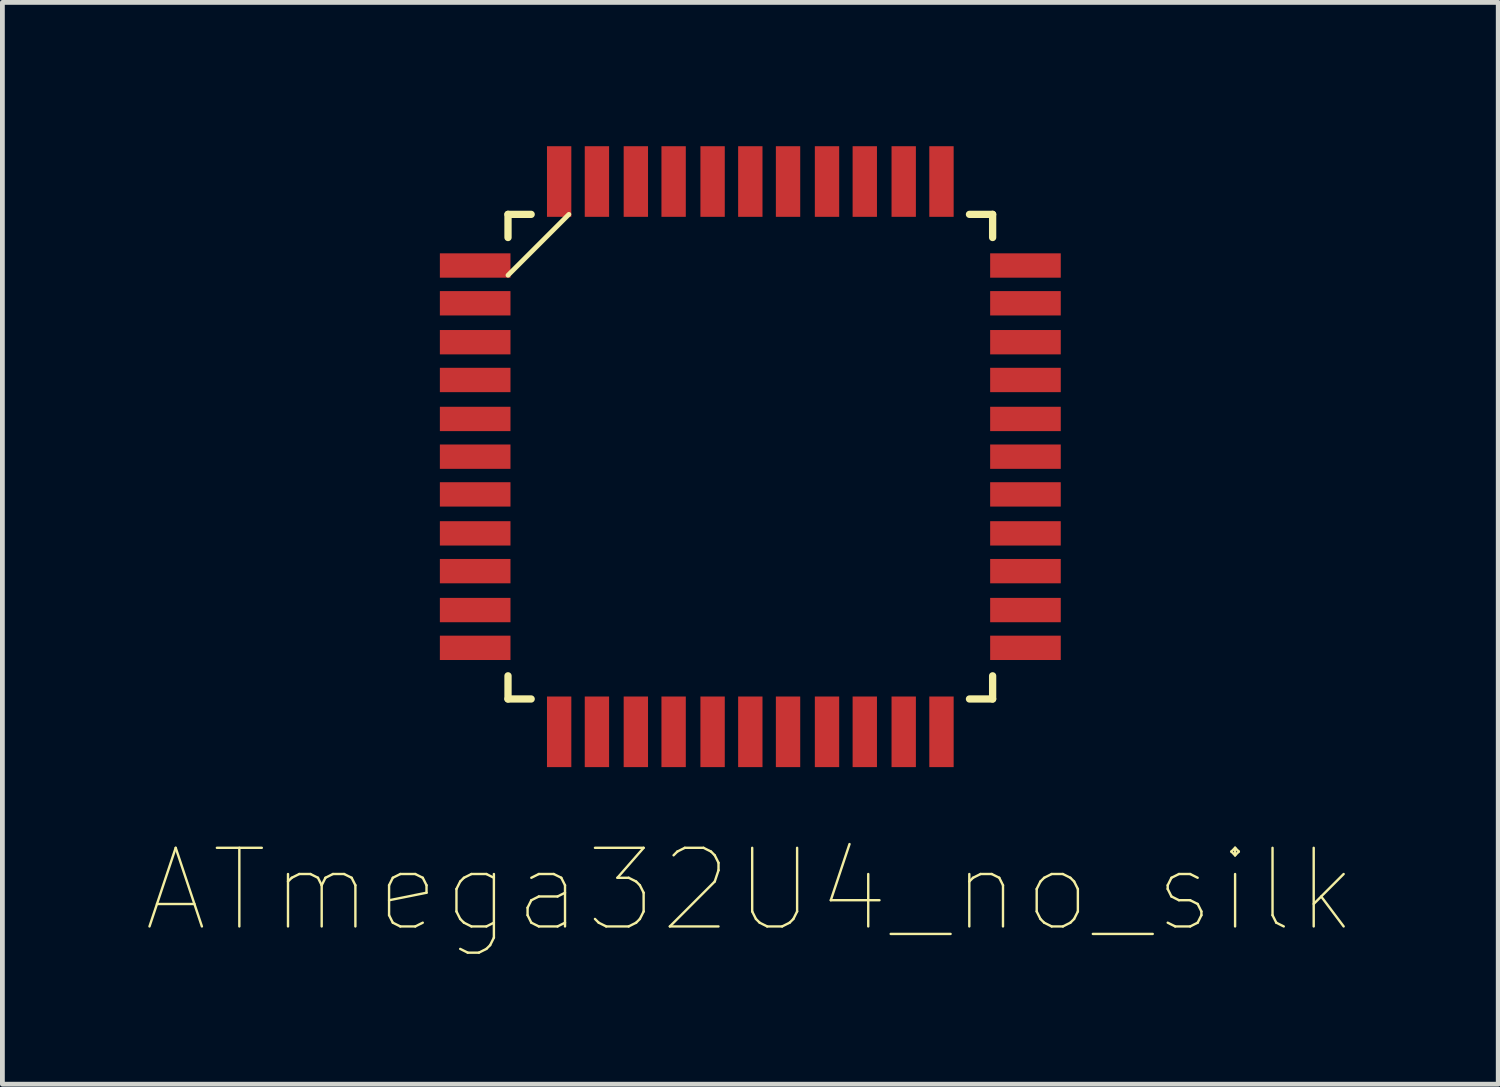
<source format=kicad_pcb>
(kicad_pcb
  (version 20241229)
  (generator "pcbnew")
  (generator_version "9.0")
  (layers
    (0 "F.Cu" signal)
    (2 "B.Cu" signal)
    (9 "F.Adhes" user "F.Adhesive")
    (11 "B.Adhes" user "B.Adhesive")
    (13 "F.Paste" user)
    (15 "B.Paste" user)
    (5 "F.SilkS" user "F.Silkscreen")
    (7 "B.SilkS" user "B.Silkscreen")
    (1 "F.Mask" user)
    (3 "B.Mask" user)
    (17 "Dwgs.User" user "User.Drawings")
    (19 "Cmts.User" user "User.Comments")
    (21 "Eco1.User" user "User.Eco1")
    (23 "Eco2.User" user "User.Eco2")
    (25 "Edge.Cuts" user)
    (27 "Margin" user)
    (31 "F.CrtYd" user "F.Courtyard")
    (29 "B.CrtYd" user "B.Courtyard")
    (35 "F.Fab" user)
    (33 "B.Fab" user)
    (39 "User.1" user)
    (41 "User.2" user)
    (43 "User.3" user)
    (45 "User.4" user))
  (footprint "ATmega32U4_no_silk"
    (layer "F.Cu")
    (at 12.603 6.477)
    (property "Reference" "ATmega32U4_no_silk" (at 0 9.044 0) (layer "F.SilkS") (effects (font (size 1.64 1.64) (thickness 0.05))))
    (attr smd)
    (fp_line (start -5.055 -5.055) (end -5.055 -4.572) (stroke (width 0.152) (type solid)) (layer "F.SilkS"))
    (fp_line (start -5.055 -3.785) (end -3.785 -5.055) (stroke (width 0.1) (type solid)) (layer "F.SilkS"))
    (fp_line (start -5.055 4.572) (end -5.055 5.055) (stroke (width 0.152) (type solid)) (layer "F.SilkS"))
    (fp_line (start -5.055 5.055) (end -4.572 5.055) (stroke (width 0.152) (type solid)) (layer "F.SilkS"))
    (fp_line (start -4.572 -5.055) (end -5.055 -5.055) (stroke (width 0.152) (type solid)) (layer "F.SilkS"))
    (fp_line (start 4.572 5.055) (end 5.055 5.055) (stroke (width 0.152) (type solid)) (layer "F.SilkS"))
    (fp_line (start 5.055 -5.055) (end 4.572 -5.055) (stroke (width 0.152) (type solid)) (layer "F.SilkS"))
    (fp_line (start 5.055 -4.572) (end 5.055 -5.055) (stroke (width 0.152) (type solid)) (layer "F.SilkS"))
    (fp_line (start 5.055 5.055) (end 5.055 4.572) (stroke (width 0.152) (type solid)) (layer "F.SilkS"))
    (pad "1" smd rect (at -5.74 -3.988 270) (size 0.508 1.473) (layers "F.Cu" "F.Mask" "F.Paste"))
    (pad "2" smd rect (at -5.74 -3.2 270) (size 0.508 1.473) (layers "F.Cu" "F.Mask" "F.Paste"))
    (pad "3" smd rect (at -5.74 -2.388 270) (size 0.508 1.473) (layers "F.Cu" "F.Mask" "F.Paste"))
    (pad "4" smd rect (at -5.74 -1.6 270) (size 0.508 1.473) (layers "F.Cu" "F.Mask" "F.Paste"))
    (pad "5" smd rect (at -5.74 -0.787 270) (size 0.508 1.473) (layers "F.Cu" "F.Mask" "F.Paste"))
    (pad "6" smd rect (at -5.74 0 270) (size 0.508 1.473) (layers "F.Cu" "F.Mask" "F.Paste"))
    (pad "7" smd rect (at -5.74 0.787 270) (size 0.508 1.473) (layers "F.Cu" "F.Mask" "F.Paste"))
    (pad "8" smd rect (at -5.74 1.6 270) (size 0.508 1.473) (layers "F.Cu" "F.Mask" "F.Paste"))
    (pad "9" smd rect (at -5.74 2.388 270) (size 0.508 1.473) (layers "F.Cu" "F.Mask" "F.Paste"))
    (pad "10" smd rect (at -5.74 3.2 270) (size 0.508 1.473) (layers "F.Cu" "F.Mask" "F.Paste"))
    (pad "11" smd rect (at -5.74 3.988 270) (size 0.508 1.473) (layers "F.Cu" "F.Mask" "F.Paste"))
    (pad "12" smd rect (at -3.988 5.74 180) (size 0.508 1.473) (layers "F.Cu" "F.Mask" "F.Paste"))
    (pad "13" smd rect (at -3.2 5.74 180) (size 0.508 1.473) (layers "F.Cu" "F.Mask" "F.Paste"))
    (pad "14" smd rect (at -2.388 5.74 180) (size 0.508 1.473) (layers "F.Cu" "F.Mask" "F.Paste"))
    (pad "15" smd rect (at -1.6 5.74 180) (size 0.508 1.473) (layers "F.Cu" "F.Mask" "F.Paste"))
    (pad "16" smd rect (at -0.787 5.74 180) (size 0.508 1.473) (layers "F.Cu" "F.Mask" "F.Paste"))
    (pad "17" smd rect (at 0 5.74 180) (size 0.508 1.473) (layers "F.Cu" "F.Mask" "F.Paste"))
    (pad "18" smd rect (at 0.787 5.74 180) (size 0.508 1.473) (layers "F.Cu" "F.Mask" "F.Paste"))
    (pad "19" smd rect (at 1.6 5.74 180) (size 0.508 1.473) (layers "F.Cu" "F.Mask" "F.Paste"))
    (pad "20" smd rect (at 2.388 5.74 180) (size 0.508 1.473) (layers "F.Cu" "F.Mask" "F.Paste"))
    (pad "21" smd rect (at 3.2 5.74 180) (size 0.508 1.473) (layers "F.Cu" "F.Mask" "F.Paste"))
    (pad "22" smd rect (at 3.988 5.74 180) (size 0.508 1.473) (layers "F.Cu" "F.Mask" "F.Paste"))
    (pad "23" smd rect (at 5.74 3.988 270) (size 0.508 1.473) (layers "F.Cu" "F.Mask" "F.Paste"))
    (pad "24" smd rect (at 5.74 3.2 270) (size 0.508 1.473) (layers "F.Cu" "F.Mask" "F.Paste"))
    (pad "25" smd rect (at 5.74 2.388 270) (size 0.508 1.473) (layers "F.Cu" "F.Mask" "F.Paste"))
    (pad "26" smd rect (at 5.74 1.6 270) (size 0.508 1.473) (layers "F.Cu" "F.Mask" "F.Paste"))
    (pad "27" smd rect (at 5.74 0.787 270) (size 0.508 1.473) (layers "F.Cu" "F.Mask" "F.Paste"))
    (pad "28" smd rect (at 5.74 0 270) (size 0.508 1.473) (layers "F.Cu" "F.Mask" "F.Paste"))
    (pad "29" smd rect (at 5.74 -0.787 270) (size 0.508 1.473) (layers "F.Cu" "F.Mask" "F.Paste"))
    (pad "30" smd rect (at 5.74 -1.6 270) (size 0.508 1.473) (layers "F.Cu" "F.Mask" "F.Paste"))
    (pad "31" smd rect (at 5.74 -2.388 270) (size 0.508 1.473) (layers "F.Cu" "F.Mask" "F.Paste"))
    (pad "32" smd rect (at 5.74 -3.2 270) (size 0.508 1.473) (layers "F.Cu" "F.Mask" "F.Paste"))
    (pad "33" smd rect (at 5.74 -3.988 270) (size 0.508 1.473) (layers "F.Cu" "F.Mask" "F.Paste"))
    (pad "34" smd rect (at 3.988 -5.74 180) (size 0.508 1.473) (layers "F.Cu" "F.Mask" "F.Paste"))
    (pad "35" smd rect (at 3.2 -5.74 180) (size 0.508 1.473) (layers "F.Cu" "F.Mask" "F.Paste"))
    (pad "36" smd rect (at 2.388 -5.74 180) (size 0.508 1.473) (layers "F.Cu" "F.Mask" "F.Paste"))
    (pad "37" smd rect (at 1.6 -5.74 180) (size 0.508 1.473) (layers "F.Cu" "F.Mask" "F.Paste"))
    (pad "38" smd rect (at 0.787 -5.74 180) (size 0.508 1.473) (layers "F.Cu" "F.Mask" "F.Paste"))
    (pad "39" smd rect (at 0 -5.74 180) (size 0.508 1.473) (layers "F.Cu" "F.Mask" "F.Paste"))
    (pad "40" smd rect (at -0.787 -5.74 180) (size 0.508 1.473) (layers "F.Cu" "F.Mask" "F.Paste"))
    (pad "41" smd rect (at -1.6 -5.74 180) (size 0.508 1.473) (layers "F.Cu" "F.Mask" "F.Paste"))
    (pad "42" smd rect (at -2.388 -5.74 180) (size 0.508 1.473) (layers "F.Cu" "F.Mask" "F.Paste"))
    (pad "43" smd rect (at -3.2 -5.74 180) (size 0.508 1.473) (layers "F.Cu" "F.Mask" "F.Paste"))
    (pad "44" smd rect (at -3.988 -5.74 180) (size 0.508 1.473) (layers "F.Cu" "F.Mask" "F.Paste")))
  (gr_rect
    (start -3 -3)
    (end 28.206 19.568)
    (stroke (width 0.1) (type default))
    (fill no)
    (layer "Edge.Cuts")))
</source>
